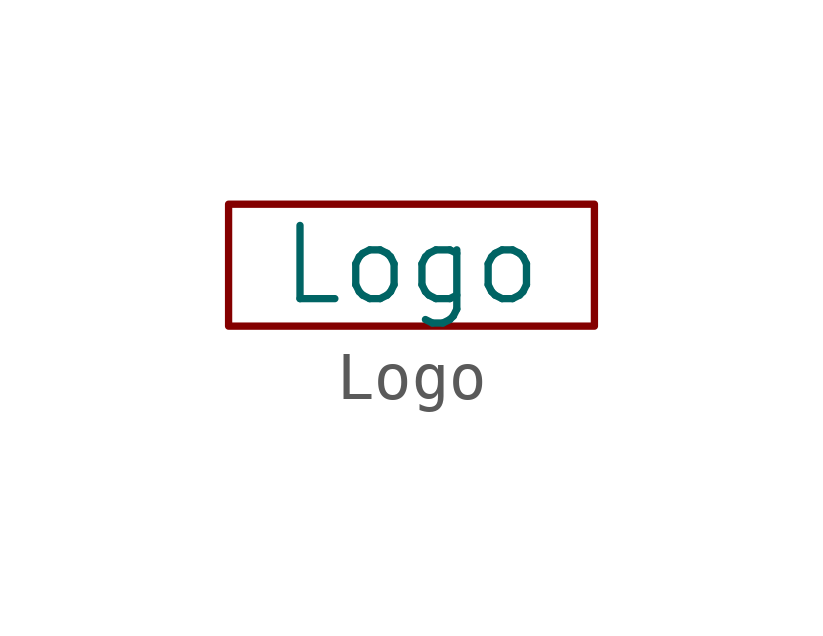
<source format=kicad_sym>
(kicad_symbol_lib
  (version 20211014)
  (generator kicad_symbol_editor)
  (symbol "Logo"
    (pin_names
      (offset 1.016))
    (property "Reference" "MK"
      (at 0 0 0)
      (effects (font (size 1.524 1.524)) hide))
    (property "Value" "Logo"
      (at 0 0 0)
      (effects (font (size 1.524 1.524))))
    (symbol "Logo_0_1"
      (rectangle (start -3.81 -1.27) (end 3.81 1.27) (stroke (width 0) (type default) (color 0 0 0 0)) (fill (type none))))))
</source>
